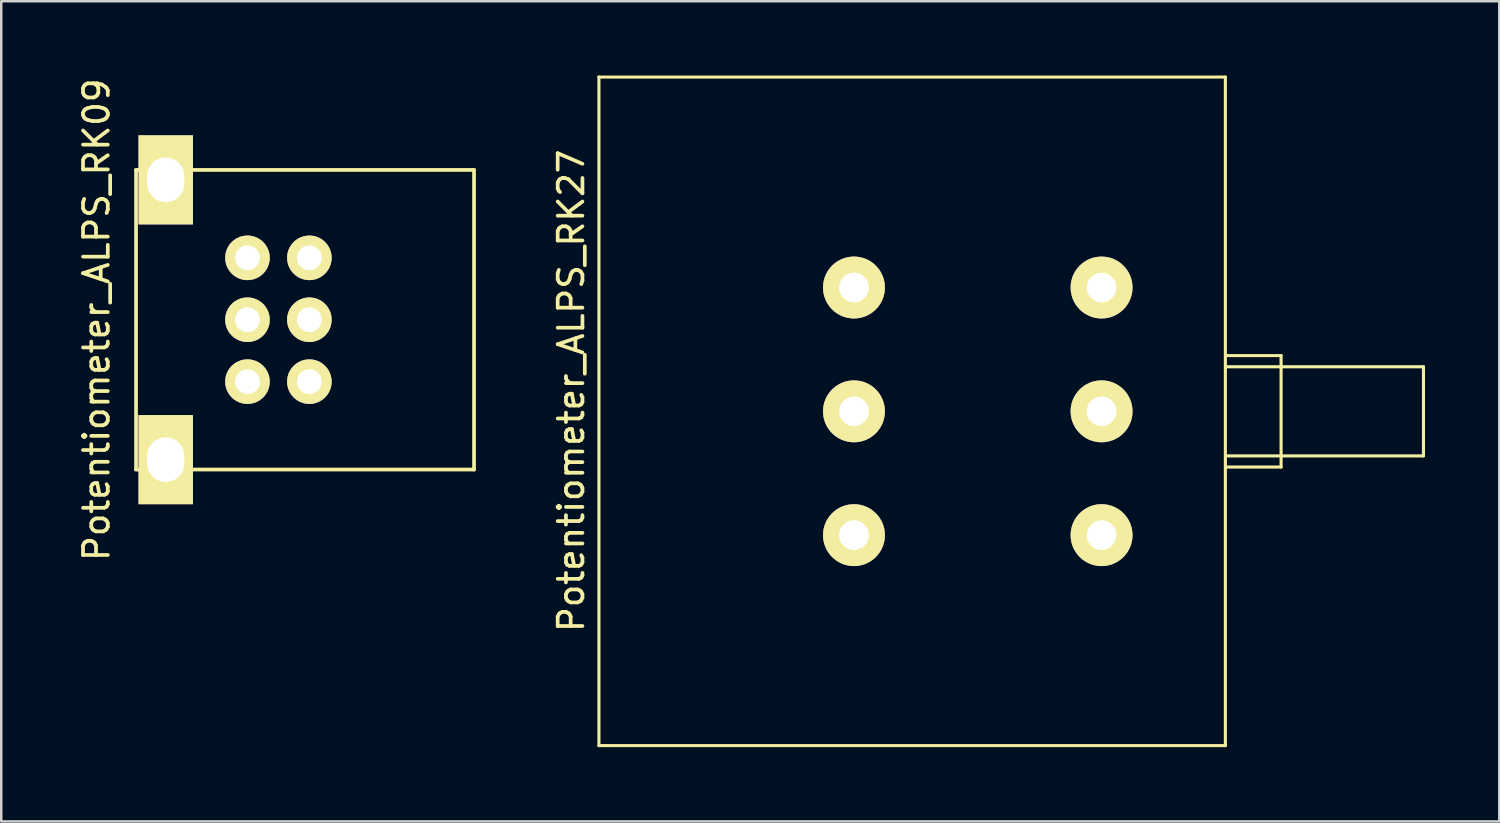
<source format=kicad_pcb>
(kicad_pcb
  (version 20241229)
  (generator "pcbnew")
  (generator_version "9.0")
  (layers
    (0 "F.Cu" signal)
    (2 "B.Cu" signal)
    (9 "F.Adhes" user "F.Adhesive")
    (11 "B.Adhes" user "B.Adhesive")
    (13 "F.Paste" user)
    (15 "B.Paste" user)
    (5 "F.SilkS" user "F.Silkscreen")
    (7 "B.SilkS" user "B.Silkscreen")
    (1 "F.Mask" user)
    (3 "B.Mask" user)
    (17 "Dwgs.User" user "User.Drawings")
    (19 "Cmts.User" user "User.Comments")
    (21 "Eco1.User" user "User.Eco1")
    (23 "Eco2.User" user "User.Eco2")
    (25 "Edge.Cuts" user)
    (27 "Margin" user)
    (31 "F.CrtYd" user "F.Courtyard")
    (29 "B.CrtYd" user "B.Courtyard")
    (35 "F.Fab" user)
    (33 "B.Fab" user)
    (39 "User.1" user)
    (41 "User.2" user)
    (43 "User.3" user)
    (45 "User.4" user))
  (footprint "Potentiometer_ALPS_RK09"
    (layer "F.Cu")
    (at 6.944 9.863)
    (property "Reference" "Potentiometer_ALPS_RK09" (at -6.096 0 90) (layer "F.SilkS") (effects (font (size 1 1) (thickness 0.15))))
    (attr through_hole)
    (fp_line (start -4.5 -6.05) (end 9.15 -6.05) (stroke (width 0.15) (type solid)) (layer "F.SilkS"))
    (fp_line (start -4.5 6.05) (end -4.5 -6.05) (stroke (width 0.15) (type solid)) (layer "F.SilkS"))
    (fp_line (start 9.15 -6.05) (end 9.15 6.05) (stroke (width 0.15) (type solid)) (layer "F.SilkS"))
    (fp_line (start 9.15 6.05) (end -4.5 6.05) (stroke (width 0.15) (type solid)) (layer "F.SilkS"))
    (pad "1" thru_hole circle (at 2.5 2.5) (size 1.8 1.8) (drill 1) (layers "*.Cu" "*.Mask" "F.SilkS"))
    (pad "2" thru_hole circle (at 2.5 0) (size 1.8 1.8) (drill 1) (layers "*.Cu" "*.Mask" "F.SilkS"))
    (pad "3" thru_hole circle (at 2.5 -2.5) (size 1.8 1.8) (drill 1) (layers "*.Cu" "*.Mask" "F.SilkS"))
    (pad "4" thru_hole circle (at 0 2.5) (size 1.8 1.8) (drill 1) (layers "*.Cu" "*.Mask" "F.SilkS"))
    (pad "5" thru_hole circle (at 0 0) (size 1.8 1.8) (drill 1) (layers "*.Cu" "*.Mask" "F.SilkS"))
    (pad "6" thru_hole circle (at 0 -2.5) (size 1.8 1.8) (drill 1) (layers "*.Cu" "*.Mask" "F.SilkS"))
    (pad "7" thru_hole rect (at -3.3 -5.65) (size 2.2 3.6) (drill oval 1.5 1.8) (layers "*.Cu" "*.Mask" "F.SilkS"))
    (pad "7" thru_hole rect (at -3.3 5.65) (size 2.2 3.6) (drill oval 1.5 1.8) (layers "*.Cu" "*.Mask" "F.SilkS")))
  (footprint "Potentiometer_ALPS_RK27"
    (layer "F.Cu")
    (at 31.438 13.562)
    (property "Reference" "Potentiometer_ALPS_RK27" (at -11.42 -0.83 90) (layer "F.SilkS") (effects (font (size 1 1) (thickness 0.15))))
    (attr through_hole)
    (fp_line (start -10.3 -13.5) (end -10.3 13.5) (stroke (width 0.125) (type solid)) (layer "F.SilkS"))
    (fp_line (start -10.3 -13.5) (end 15 -13.5) (stroke (width 0.125) (type solid)) (layer "F.SilkS"))
    (fp_line (start -10.3 13.5) (end 15 13.5) (stroke (width 0.125) (type solid)) (layer "F.SilkS"))
    (fp_line (start 15 -13.5) (end 15 13.5) (stroke (width 0.125) (type solid)) (layer "F.SilkS"))
    (fp_line (start 15 -2.25) (end 17.25 -2.25) (stroke (width 0.125) (type solid)) (layer "F.SilkS"))
    (fp_line (start 15 -1.8) (end 23 -1.8) (stroke (width 0.125) (type solid)) (layer "F.SilkS"))
    (fp_line (start 15 2.25) (end 17.25 2.25) (stroke (width 0.125) (type solid)) (layer "F.SilkS"))
    (fp_line (start 17.25 -2.25) (end 17.25 2.25) (stroke (width 0.125) (type solid)) (layer "F.SilkS"))
    (fp_line (start 23 -1.8) (end 23 1.8) (stroke (width 0.125) (type solid)) (layer "F.SilkS"))
    (fp_line (start 23 1.8) (end 15 1.8) (stroke (width 0.125) (type solid)) (layer "F.SilkS"))
    (pad "1" thru_hole circle (at 10 -5 90) (size 2.5 2.5) (drill 1.2) (layers "*.Cu" "*.Mask" "F.SilkS"))
    (pad "2" thru_hole circle (at 10 0 90) (size 2.5 2.5) (drill 1.2) (layers "*.Cu" "*.Mask" "F.SilkS"))
    (pad "3" thru_hole circle (at 10 5 90) (size 2.5 2.5) (drill 1.2) (layers "*.Cu" "*.Mask" "F.SilkS"))
    (pad "4" thru_hole circle (at 0 -5 90) (size 2.5 2.5) (drill 1.2) (layers "*.Cu" "*.Mask" "F.SilkS"))
    (pad "5" thru_hole circle (at 0 0 90) (size 2.5 2.5) (drill 1.2) (layers "*.Cu" "*.Mask" "F.SilkS"))
    (pad "6" thru_hole circle (at 0 5 90) (size 2.5 2.5) (drill 1.2) (layers "*.Cu" "*.Mask" "F.SilkS")))
  (gr_rect
    (start -3 -3)
    (end 57.5 30.125)
    (stroke (width 0.1) (type default))
    (fill no)
    (layer "Edge.Cuts")))
</source>
